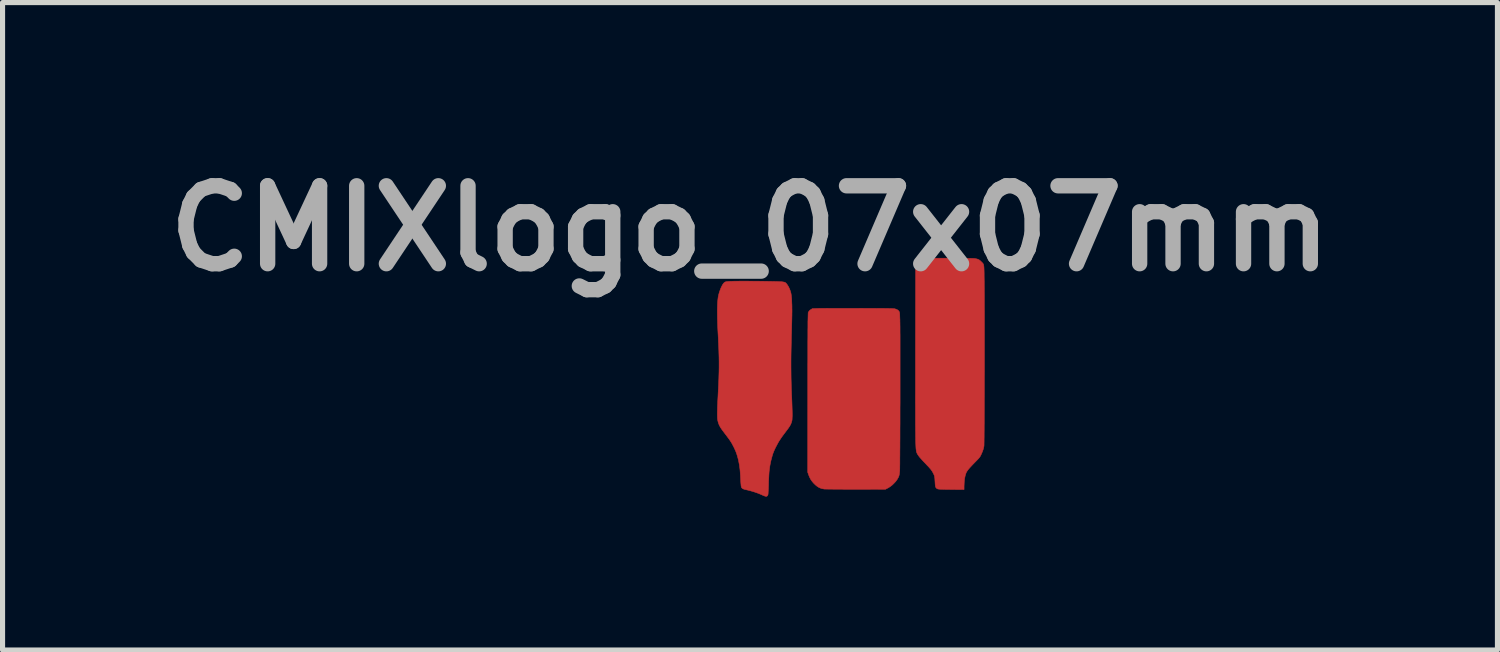
<source format=kicad_pcb>
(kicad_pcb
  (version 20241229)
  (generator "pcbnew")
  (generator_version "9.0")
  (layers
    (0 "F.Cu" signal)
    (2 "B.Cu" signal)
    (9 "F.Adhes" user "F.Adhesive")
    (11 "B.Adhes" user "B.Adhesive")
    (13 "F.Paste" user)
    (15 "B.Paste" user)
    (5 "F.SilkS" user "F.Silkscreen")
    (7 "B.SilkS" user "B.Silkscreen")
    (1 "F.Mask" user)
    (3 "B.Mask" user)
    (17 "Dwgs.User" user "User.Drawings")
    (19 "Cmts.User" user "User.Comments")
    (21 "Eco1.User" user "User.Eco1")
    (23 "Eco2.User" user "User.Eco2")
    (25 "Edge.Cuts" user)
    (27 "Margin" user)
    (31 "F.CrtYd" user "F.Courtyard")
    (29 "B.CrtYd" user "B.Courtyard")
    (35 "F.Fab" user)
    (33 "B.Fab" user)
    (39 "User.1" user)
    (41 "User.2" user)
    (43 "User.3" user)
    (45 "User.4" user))
  (footprint "CMIXlogo_07x07mm"
    (layer "F.Cu")
    (at 13.619 4.418)
    (property "Reference" "CMIXlogo_07x07mm" (at -2 -3 0) (layer "F.Fab") (effects (font (size 1.524 1.524) (thickness 0.3))))
    (attr through_hole)
    (fp_poly (pts (xy -0.127 -1.438) (xy -0.047 -1.438) (xy 0.035 -1.438) (xy 0.118 -1.438) (xy 0.134 -1.438) (xy 0.23 -1.437) (xy 0.317 -1.437) (xy 0.395 -1.437) (xy 0.464 -1.437) (xy 0.525 -1.436) (xy 0.579 -1.436) (xy 0.626 -1.436) (xy 0.667 -1.435) (xy 0.702 -1.435) (xy 0.731 -1.434) (xy 0.756 -1.434) (xy 0.776 -1.433) (xy 0.793 -1.432) (xy 0.806 -1.431) (xy 0.817 -1.431) (xy 0.825 -1.43) (xy 0.831 -1.429) (xy 0.837 -1.427) (xy 0.87 -1.416) (xy 0.896 -1.4) (xy 0.914 -1.38) (xy 0.917 -1.373) (xy 0.92 -1.367) (xy 0.922 -1.361) (xy 0.924 -1.353) (xy 0.926 -1.342) (xy 0.927 -1.327) (xy 0.928 -1.308) (xy 0.929 -1.283) (xy 0.93 -1.25) (xy 0.932 -1.21) (xy 0.932 -1.175) (xy 0.933 -1.152) (xy 0.933 -1.119) (xy 0.934 -1.078) (xy 0.934 -1.029) (xy 0.934 -0.973) (xy 0.935 -0.91) (xy 0.935 -0.841) (xy 0.935 -0.766) (xy 0.935 -0.686) (xy 0.935 -0.601) (xy 0.935 -0.511) (xy 0.935 -0.418) (xy 0.935 -0.321) (xy 0.935 -0.222) (xy 0.935 -0.12) (xy 0.935 -0.016) (xy 0.935 0.089) (xy 0.935 0.195) (xy 0.935 0.301) (xy 0.935 0.408) (xy 0.934 0.513) (xy 0.934 0.618) (xy 0.934 0.721) (xy 0.934 0.822) (xy 0.933 0.92) (xy 0.933 1.015) (xy 0.933 1.107) (xy 0.932 1.194) (xy 0.932 1.277) (xy 0.931 1.355) (xy 0.931 1.428) (xy 0.93 1.494) (xy 0.93 1.554) (xy 0.93 1.607) (xy 0.929 1.652) (xy 0.929 1.689) (xy 0.928 1.718) (xy 0.928 1.738) (xy 0.927 1.747) (xy 0.924 1.774) (xy 0.921 1.8) (xy 0.917 1.822) (xy 0.914 1.836) (xy 0.9 1.87) (xy 0.879 1.907) (xy 0.852 1.945) (xy 0.825 1.975) (xy 0.786 2.014) (xy 0.747 2.045) (xy 0.707 2.071) (xy 0.686 2.082) (xy 0.648 2.102) (xy 0.064 2.101) (xy -0.013 2.101) (xy -0.086 2.101) (xy -0.157 2.101) (xy -0.224 2.1) (xy -0.287 2.1) (xy -0.345 2.1) (xy -0.397 2.099) (xy -0.443 2.099) (xy -0.481 2.098) (xy -0.513 2.098) (xy -0.535 2.097) (xy -0.549 2.097) (xy -0.553 2.096) (xy -0.603 2.086) (xy -0.649 2.068) (xy -0.692 2.04) (xy -0.719 2.018) (xy -0.759 1.979) (xy -0.79 1.941) (xy -0.816 1.903) (xy -0.837 1.861) (xy -0.854 1.819) (xy -0.872 1.767) (xy -0.871 0.354) (xy -0.871 0.235) (xy -0.871 0.116) (xy -0.871 0.000212) (xy -0.871 -0.113) (xy -0.871 -0.224) (xy -0.871 -0.331) (xy -0.87 -0.434) (xy -0.87 -0.533) (xy -0.87 -0.627) (xy -0.87 -0.716) (xy -0.87 -0.798) (xy -0.869 -0.875) (xy -0.869 -0.945) (xy -0.869 -1.008) (xy -0.868 -1.064) (xy -0.868 -1.111) (xy -0.868 -1.151) (xy -0.868 -1.181) (xy -0.867 -1.202) (xy -0.867 -1.206) (xy -0.863 -1.354) (xy -0.849 -1.378) (xy -0.83 -1.4) (xy -0.807 -1.416) (xy -0.78 -1.432) (xy -0.658 -1.436) (xy -0.637 -1.436) (xy -0.608 -1.437) (xy -0.57 -1.437) (xy -0.525 -1.437) (xy -0.472 -1.438) (xy -0.413 -1.438) (xy -0.348 -1.438) (xy -0.278 -1.438) (xy -0.205 -1.438) (xy -0.127 -1.438)) (stroke (width 0.01) (type solid)) (fill yes) (layer "F.Cu"))
    (fp_poly (pts (xy 1.965 -2.418) (xy 2.027 -2.418) (xy 2.087 -2.418) (xy 2.145 -2.418) (xy 2.199 -2.417) (xy 2.249 -2.416) (xy 2.293 -2.416) (xy 2.331 -2.415) (xy 2.361 -2.414) (xy 2.384 -2.413) (xy 2.398 -2.411) (xy 2.398 -2.411) (xy 2.432 -2.405) (xy 2.458 -2.397) (xy 2.481 -2.386) (xy 2.502 -2.37) (xy 2.524 -2.349) (xy 2.534 -2.339) (xy 2.542 -2.331) (xy 2.55 -2.323) (xy 2.556 -2.315) (xy 2.561 -2.307) (xy 2.566 -2.297) (xy 2.569 -2.285) (xy 2.572 -2.27) (xy 2.574 -2.251) (xy 2.576 -2.228) (xy 2.577 -2.199) (xy 2.578 -2.165) (xy 2.579 -2.124) (xy 2.579 -2.075) (xy 2.58 -2.018) (xy 2.581 -1.952) (xy 2.581 -1.927) (xy 2.581 -1.88) (xy 2.582 -1.826) (xy 2.582 -1.765) (xy 2.583 -1.696) (xy 2.583 -1.622) (xy 2.583 -1.543) (xy 2.583 -1.458) (xy 2.584 -1.368) (xy 2.584 -1.274) (xy 2.584 -1.176) (xy 2.584 -1.075) (xy 2.584 -0.971) (xy 2.584 -0.864) (xy 2.584 -0.756) (xy 2.584 -0.646) (xy 2.584 -0.535) (xy 2.584 -0.423) (xy 2.584 -0.312) (xy 2.584 -0.2) (xy 2.583 -0.089) (xy 2.583 0.02) (xy 2.583 0.128) (xy 2.583 0.234) (xy 2.582 0.337) (xy 2.582 0.437) (xy 2.582 0.533) (xy 2.581 0.626) (xy 2.581 0.714) (xy 2.581 0.797) (xy 2.58 0.875) (xy 2.58 0.947) (xy 2.579 1.013) (xy 2.579 1.072) (xy 2.578 1.124) (xy 2.578 1.168) (xy 2.577 1.204) (xy 2.577 1.232) (xy 2.576 1.251) (xy 2.575 1.26) (xy 2.575 1.26) (xy 2.564 1.31) (xy 2.546 1.363) (xy 2.521 1.42) (xy 2.52 1.423) (xy 2.512 1.439) (xy 2.505 1.453) (xy 2.497 1.465) (xy 2.488 1.478) (xy 2.476 1.492) (xy 2.461 1.509) (xy 2.441 1.53) (xy 2.416 1.556) (xy 2.405 1.567) (xy 2.365 1.608) (xy 2.332 1.643) (xy 2.304 1.673) (xy 2.281 1.699) (xy 2.263 1.721) (xy 2.249 1.741) (xy 2.237 1.759) (xy 2.228 1.777) (xy 2.221 1.795) (xy 2.215 1.814) (xy 2.209 1.835) (xy 2.207 1.843) (xy 2.196 1.896) (xy 2.19 1.953) (xy 2.187 2.017) (xy 2.186 2.041) (xy 2.186 2.107) (xy 2.018 2.106) (xy 1.973 2.105) (xy 1.927 2.105) (xy 1.882 2.104) (xy 1.839 2.104) (xy 1.802 2.103) (xy 1.772 2.102) (xy 1.763 2.102) (xy 1.731 2.101) (xy 1.707 2.1) (xy 1.69 2.098) (xy 1.678 2.096) (xy 1.669 2.094) (xy 1.661 2.09) (xy 1.657 2.088) (xy 1.646 2.08) (xy 1.638 2.072) (xy 1.632 2.061) (xy 1.627 2.047) (xy 1.624 2.028) (xy 1.621 2.003) (xy 1.619 1.969) (xy 1.618 1.956) (xy 1.616 1.919) (xy 1.614 1.889) (xy 1.611 1.866) (xy 1.608 1.847) (xy 1.603 1.83) (xy 1.596 1.813) (xy 1.587 1.795) (xy 1.585 1.791) (xy 1.573 1.768) (xy 1.561 1.747) (xy 1.547 1.727) (xy 1.531 1.706) (xy 1.511 1.683) (xy 1.487 1.656) (xy 1.456 1.624) (xy 1.448 1.615) (xy 1.406 1.571) (xy 1.37 1.533) (xy 1.341 1.5) (xy 1.316 1.472) (xy 1.297 1.447) (xy 1.282 1.425) (xy 1.27 1.405) (xy 1.262 1.387) (xy 1.256 1.369) (xy 1.252 1.352) (xy 1.251 1.342) (xy 1.249 1.33) (xy 1.248 1.318) (xy 1.246 1.304) (xy 1.245 1.287) (xy 1.244 1.269) (xy 1.243 1.247) (xy 1.242 1.223) (xy 1.241 1.195) (xy 1.24 1.164) (xy 1.239 1.129) (xy 1.239 1.09) (xy 1.238 1.046) (xy 1.238 0.998) (xy 1.237 0.944) (xy 1.237 0.885) (xy 1.236 0.82) (xy 1.236 0.749) (xy 1.236 0.672) (xy 1.236 0.588) (xy 1.236 0.497) (xy 1.235 0.399) (xy 1.235 0.293) (xy 1.236 0.179) (xy 1.236 0.057) (xy 1.236 -0.073) (xy 1.236 -0.212) (xy 1.236 -0.361) (xy 1.236 -0.519) (xy 1.236 -0.631) (xy 1.239 -2.27) (xy 1.255 -2.301) (xy 1.28 -2.339) (xy 1.308 -2.369) (xy 1.342 -2.391) (xy 1.381 -2.405) (xy 1.412 -2.412) (xy 1.425 -2.413) (xy 1.447 -2.414) (xy 1.477 -2.415) (xy 1.514 -2.416) (xy 1.558 -2.417) (xy 1.607 -2.417) (xy 1.66 -2.418) (xy 1.718 -2.418) (xy 1.778 -2.418) (xy 1.839 -2.418) (xy 1.902 -2.418) (xy 1.965 -2.418)) (stroke (width 0.01) (type solid)) (fill yes) (layer "F.Cu"))
    (fp_poly (pts (xy -2.071 -1.97) (xy -2.012 -1.969) (xy -1.95 -1.969) (xy -1.887 -1.968) (xy -1.823 -1.968) (xy -1.76 -1.967) (xy -1.698 -1.966) (xy -1.639 -1.965) (xy -1.583 -1.964) (xy -1.532 -1.963) (xy -1.486 -1.962) (xy -1.446 -1.961) (xy -1.413 -1.959) (xy -1.389 -1.958) (xy -1.376 -1.957) (xy -1.353 -1.954) (xy -1.333 -1.95) (xy -1.319 -1.947) (xy -1.315 -1.945) (xy -1.299 -1.933) (xy -1.281 -1.913) (xy -1.263 -1.886) (xy -1.245 -1.856) (xy -1.229 -1.822) (xy -1.215 -1.787) (xy -1.215 -1.786) (xy -1.206 -1.76) (xy -1.199 -1.732) (xy -1.194 -1.702) (xy -1.19 -1.667) (xy -1.186 -1.628) (xy -1.184 -1.581) (xy -1.182 -1.527) (xy -1.181 -1.512) (xy -1.18 -1.486) (xy -1.18 -1.462) (xy -1.18 -1.438) (xy -1.179 -1.414) (xy -1.179 -1.389) (xy -1.179 -1.361) (xy -1.18 -1.331) (xy -1.18 -1.297) (xy -1.181 -1.258) (xy -1.182 -1.214) (xy -1.183 -1.164) (xy -1.185 -1.107) (xy -1.186 -1.043) (xy -1.188 -0.97) (xy -1.19 -0.91) (xy -1.193 -0.773) (xy -1.196 -0.644) (xy -1.198 -0.522) (xy -1.199 -0.405) (xy -1.199 -0.292) (xy -1.198 -0.182) (xy -1.197 -0.072) (xy -1.194 0.038) (xy -1.191 0.151) (xy -1.186 0.267) (xy -1.182 0.361) (xy -1.179 0.441) (xy -1.177 0.511) (xy -1.175 0.572) (xy -1.174 0.624) (xy -1.174 0.669) (xy -1.176 0.705) (xy -1.177 0.735) (xy -1.18 0.758) (xy -1.182 0.766) (xy -1.192 0.8) (xy -1.206 0.835) (xy -1.227 0.871) (xy -1.254 0.911) (xy -1.271 0.934) (xy -1.307 0.982) (xy -1.338 1.023) (xy -1.364 1.058) (xy -1.386 1.089) (xy -1.405 1.117) (xy -1.422 1.143) (xy -1.438 1.168) (xy -1.452 1.193) (xy -1.467 1.22) (xy -1.482 1.249) (xy -1.495 1.273) (xy -1.515 1.314) (xy -1.532 1.352) (xy -1.547 1.389) (xy -1.56 1.427) (xy -1.572 1.47) (xy -1.585 1.52) (xy -1.587 1.525) (xy -1.596 1.565) (xy -1.604 1.603) (xy -1.611 1.64) (xy -1.617 1.679) (xy -1.622 1.72) (xy -1.627 1.763) (xy -1.63 1.812) (xy -1.633 1.867) (xy -1.636 1.928) (xy -1.638 1.998) (xy -1.638 2.015) (xy -1.64 2.056) (xy -1.641 2.095) (xy -1.643 2.13) (xy -1.645 2.161) (xy -1.646 2.185) (xy -1.648 2.201) (xy -1.649 2.207) (xy -1.658 2.227) (xy -1.672 2.238) (xy -1.69 2.24) (xy -1.713 2.234) (xy -1.725 2.229) (xy -1.743 2.222) (xy -1.765 2.212) (xy -1.783 2.204) (xy -1.825 2.186) (xy -1.873 2.168) (xy -1.924 2.151) (xy -1.975 2.136) (xy -2.022 2.123) (xy -2.06 2.114) (xy -2.096 2.106) (xy -2.123 2.098) (xy -2.143 2.089) (xy -2.157 2.078) (xy -2.167 2.064) (xy -2.17 2.058) (xy -2.172 2.048) (xy -2.175 2.032) (xy -2.177 2.007) (xy -2.18 1.975) (xy -2.182 1.934) (xy -2.184 1.901) (xy -2.187 1.844) (xy -2.19 1.797) (xy -2.193 1.756) (xy -2.196 1.72) (xy -2.2 1.687) (xy -2.204 1.657) (xy -2.208 1.627) (xy -2.212 1.606) (xy -2.226 1.533) (xy -2.243 1.467) (xy -2.261 1.408) (xy -2.282 1.352) (xy -2.306 1.299) (xy -2.308 1.295) (xy -2.32 1.27) (xy -2.332 1.248) (xy -2.342 1.228) (xy -2.352 1.209) (xy -2.363 1.191) (xy -2.374 1.173) (xy -2.387 1.153) (xy -2.402 1.131) (xy -2.42 1.106) (xy -2.442 1.077) (xy -2.467 1.043) (xy -2.498 1.003) (xy -2.533 0.956) (xy -2.546 0.939) (xy -2.579 0.89) (xy -2.604 0.843) (xy -2.622 0.795) (xy -2.633 0.746) (xy -2.634 0.738) (xy -2.637 0.713) (xy -2.638 0.684) (xy -2.639 0.649) (xy -2.639 0.608) (xy -2.638 0.56) (xy -2.637 0.504) (xy -2.634 0.44) (xy -2.631 0.368) (xy -2.627 0.295) (xy -2.622 0.194) (xy -2.617 0.101) (xy -2.613 0.016) (xy -2.61 -0.063) (xy -2.608 -0.137) (xy -2.606 -0.207) (xy -2.605 -0.275) (xy -2.605 -0.341) (xy -2.605 -0.406) (xy -2.606 -0.473) (xy -2.608 -0.542) (xy -2.61 -0.614) (xy -2.613 -0.691) (xy -2.617 -0.773) (xy -2.621 -0.863) (xy -2.625 -0.936) (xy -2.631 -1.052) (xy -2.635 -1.159) (xy -2.638 -1.256) (xy -2.639 -1.344) (xy -2.639 -1.423) (xy -2.637 -1.494) (xy -2.634 -1.556) (xy -2.629 -1.611) (xy -2.623 -1.658) (xy -2.622 -1.664) (xy -2.613 -1.705) (xy -2.601 -1.749) (xy -2.586 -1.792) (xy -2.57 -1.834) (xy -2.552 -1.871) (xy -2.535 -1.903) (xy -2.52 -1.924) (xy -2.511 -1.934) (xy -2.503 -1.942) (xy -2.494 -1.949) (xy -2.483 -1.954) (xy -2.47 -1.958) (xy -2.452 -1.961) (xy -2.429 -1.963) (xy -2.4 -1.965) (xy -2.364 -1.966) (xy -2.32 -1.968) (xy -2.298 -1.968) (xy -2.265 -1.969) (xy -2.225 -1.969) (xy -2.179 -1.97) (xy -2.127 -1.97) (xy -2.071 -1.97)) (stroke (width 0.01) (type solid)) (fill yes) (layer "F.Cu"))
    (fp_poly (pts (xy -0.127 -1.438) (xy -0.047 -1.438) (xy 0.035 -1.438) (xy 0.118 -1.438) (xy 0.134 -1.438) (xy 0.23 -1.437) (xy 0.317 -1.437) (xy 0.395 -1.437) (xy 0.464 -1.437) (xy 0.525 -1.436) (xy 0.579 -1.436) (xy 0.626 -1.436) (xy 0.667 -1.435) (xy 0.702 -1.435) (xy 0.731 -1.434) (xy 0.756 -1.434) (xy 0.776 -1.433) (xy 0.793 -1.432) (xy 0.806 -1.431) (xy 0.817 -1.431) (xy 0.825 -1.43) (xy 0.831 -1.429) (xy 0.837 -1.427) (xy 0.87 -1.416) (xy 0.896 -1.4) (xy 0.914 -1.38) (xy 0.917 -1.373) (xy 0.92 -1.367) (xy 0.922 -1.361) (xy 0.924 -1.353) (xy 0.926 -1.342) (xy 0.927 -1.327) (xy 0.928 -1.308) (xy 0.929 -1.283) (xy 0.93 -1.25) (xy 0.932 -1.21) (xy 0.932 -1.175) (xy 0.933 -1.152) (xy 0.933 -1.119) (xy 0.934 -1.078) (xy 0.934 -1.029) (xy 0.934 -0.973) (xy 0.935 -0.91) (xy 0.935 -0.841) (xy 0.935 -0.766) (xy 0.935 -0.686) (xy 0.935 -0.601) (xy 0.935 -0.511) (xy 0.935 -0.418) (xy 0.935 -0.321) (xy 0.935 -0.222) (xy 0.935 -0.12) (xy 0.935 -0.016) (xy 0.935 0.089) (xy 0.935 0.195) (xy 0.935 0.301) (xy 0.935 0.408) (xy 0.934 0.513) (xy 0.934 0.618) (xy 0.934 0.721) (xy 0.934 0.822) (xy 0.933 0.92) (xy 0.933 1.015) (xy 0.933 1.107) (xy 0.932 1.194) (xy 0.932 1.277) (xy 0.931 1.355) (xy 0.931 1.428) (xy 0.93 1.494) (xy 0.93 1.554) (xy 0.93 1.607) (xy 0.929 1.652) (xy 0.929 1.689) (xy 0.928 1.718) (xy 0.928 1.738) (xy 0.927 1.747) (xy 0.924 1.774) (xy 0.921 1.8) (xy 0.917 1.822) (xy 0.914 1.836) (xy 0.9 1.87) (xy 0.879 1.907) (xy 0.852 1.945) (xy 0.825 1.975) (xy 0.786 2.014) (xy 0.747 2.045) (xy 0.707 2.071) (xy 0.686 2.082) (xy 0.648 2.102) (xy 0.064 2.101) (xy -0.013 2.101) (xy -0.086 2.101) (xy -0.157 2.101) (xy -0.224 2.1) (xy -0.287 2.1) (xy -0.345 2.1) (xy -0.397 2.099) (xy -0.443 2.099) (xy -0.481 2.098) (xy -0.513 2.098) (xy -0.535 2.097) (xy -0.549 2.097) (xy -0.553 2.096) (xy -0.603 2.086) (xy -0.649 2.068) (xy -0.692 2.04) (xy -0.719 2.018) (xy -0.759 1.979) (xy -0.79 1.941) (xy -0.816 1.903) (xy -0.837 1.861) (xy -0.854 1.819) (xy -0.872 1.767) (xy -0.871 0.354) (xy -0.871 0.235) (xy -0.871 0.116) (xy -0.871 0.000212) (xy -0.871 -0.113) (xy -0.871 -0.224) (xy -0.871 -0.331) (xy -0.87 -0.434) (xy -0.87 -0.533) (xy -0.87 -0.627) (xy -0.87 -0.716) (xy -0.87 -0.798) (xy -0.869 -0.875) (xy -0.869 -0.945) (xy -0.869 -1.008) (xy -0.868 -1.064) (xy -0.868 -1.111) (xy -0.868 -1.151) (xy -0.868 -1.181) (xy -0.867 -1.202) (xy -0.867 -1.206) (xy -0.863 -1.354) (xy -0.849 -1.378) (xy -0.83 -1.4) (xy -0.807 -1.416) (xy -0.78 -1.432) (xy -0.658 -1.436) (xy -0.637 -1.436) (xy -0.608 -1.437) (xy -0.57 -1.437) (xy -0.525 -1.437) (xy -0.472 -1.438) (xy -0.413 -1.438) (xy -0.348 -1.438) (xy -0.278 -1.438) (xy -0.205 -1.438) (xy -0.127 -1.438)) (stroke (width 0.01) (type solid)) (fill yes) (layer "F.Mask"))
    (fp_poly (pts (xy 1.965 -2.418) (xy 2.027 -2.418) (xy 2.087 -2.418) (xy 2.145 -2.418) (xy 2.199 -2.417) (xy 2.249 -2.416) (xy 2.293 -2.416) (xy 2.331 -2.415) (xy 2.361 -2.414) (xy 2.384 -2.413) (xy 2.398 -2.411) (xy 2.398 -2.411) (xy 2.432 -2.405) (xy 2.458 -2.397) (xy 2.481 -2.386) (xy 2.502 -2.37) (xy 2.524 -2.349) (xy 2.534 -2.339) (xy 2.542 -2.331) (xy 2.55 -2.323) (xy 2.556 -2.315) (xy 2.561 -2.307) (xy 2.566 -2.297) (xy 2.569 -2.285) (xy 2.572 -2.27) (xy 2.574 -2.251) (xy 2.576 -2.228) (xy 2.577 -2.199) (xy 2.578 -2.165) (xy 2.579 -2.124) (xy 2.579 -2.075) (xy 2.58 -2.018) (xy 2.581 -1.952) (xy 2.581 -1.927) (xy 2.581 -1.88) (xy 2.582 -1.826) (xy 2.582 -1.765) (xy 2.583 -1.696) (xy 2.583 -1.622) (xy 2.583 -1.543) (xy 2.583 -1.458) (xy 2.584 -1.368) (xy 2.584 -1.274) (xy 2.584 -1.176) (xy 2.584 -1.075) (xy 2.584 -0.971) (xy 2.584 -0.864) (xy 2.584 -0.756) (xy 2.584 -0.646) (xy 2.584 -0.535) (xy 2.584 -0.423) (xy 2.584 -0.312) (xy 2.584 -0.2) (xy 2.583 -0.089) (xy 2.583 0.02) (xy 2.583 0.128) (xy 2.583 0.234) (xy 2.582 0.337) (xy 2.582 0.437) (xy 2.582 0.533) (xy 2.581 0.626) (xy 2.581 0.714) (xy 2.581 0.797) (xy 2.58 0.875) (xy 2.58 0.947) (xy 2.579 1.013) (xy 2.579 1.072) (xy 2.578 1.124) (xy 2.578 1.168) (xy 2.577 1.204) (xy 2.577 1.232) (xy 2.576 1.251) (xy 2.575 1.26) (xy 2.575 1.26) (xy 2.564 1.31) (xy 2.546 1.363) (xy 2.521 1.42) (xy 2.52 1.423) (xy 2.512 1.439) (xy 2.505 1.453) (xy 2.497 1.465) (xy 2.488 1.478) (xy 2.476 1.492) (xy 2.461 1.509) (xy 2.441 1.53) (xy 2.416 1.556) (xy 2.405 1.567) (xy 2.365 1.608) (xy 2.332 1.643) (xy 2.304 1.673) (xy 2.281 1.699) (xy 2.263 1.721) (xy 2.249 1.741) (xy 2.237 1.759) (xy 2.228 1.777) (xy 2.221 1.795) (xy 2.215 1.814) (xy 2.209 1.835) (xy 2.207 1.843) (xy 2.196 1.896) (xy 2.19 1.953) (xy 2.187 2.017) (xy 2.186 2.041) (xy 2.186 2.107) (xy 2.018 2.106) (xy 1.973 2.105) (xy 1.927 2.105) (xy 1.882 2.104) (xy 1.839 2.104) (xy 1.802 2.103) (xy 1.772 2.102) (xy 1.763 2.102) (xy 1.731 2.101) (xy 1.707 2.1) (xy 1.69 2.098) (xy 1.678 2.096) (xy 1.669 2.094) (xy 1.661 2.09) (xy 1.657 2.088) (xy 1.646 2.08) (xy 1.638 2.072) (xy 1.632 2.061) (xy 1.627 2.047) (xy 1.624 2.028) (xy 1.621 2.003) (xy 1.619 1.969) (xy 1.618 1.956) (xy 1.616 1.919) (xy 1.614 1.889) (xy 1.611 1.866) (xy 1.608 1.847) (xy 1.603 1.83) (xy 1.596 1.813) (xy 1.587 1.795) (xy 1.585 1.791) (xy 1.573 1.768) (xy 1.561 1.747) (xy 1.547 1.727) (xy 1.531 1.706) (xy 1.511 1.683) (xy 1.487 1.656) (xy 1.456 1.624) (xy 1.448 1.615) (xy 1.406 1.571) (xy 1.37 1.533) (xy 1.341 1.5) (xy 1.316 1.472) (xy 1.297 1.447) (xy 1.282 1.425) (xy 1.27 1.405) (xy 1.262 1.387) (xy 1.256 1.369) (xy 1.252 1.352) (xy 1.251 1.342) (xy 1.249 1.33) (xy 1.248 1.318) (xy 1.246 1.304) (xy 1.245 1.287) (xy 1.244 1.269) (xy 1.243 1.247) (xy 1.242 1.223) (xy 1.241 1.195) (xy 1.24 1.164) (xy 1.239 1.129) (xy 1.239 1.09) (xy 1.238 1.046) (xy 1.238 0.998) (xy 1.237 0.944) (xy 1.237 0.885) (xy 1.236 0.82) (xy 1.236 0.749) (xy 1.236 0.672) (xy 1.236 0.588) (xy 1.236 0.497) (xy 1.235 0.399) (xy 1.235 0.293) (xy 1.236 0.179) (xy 1.236 0.057) (xy 1.236 -0.073) (xy 1.236 -0.212) (xy 1.236 -0.361) (xy 1.236 -0.519) (xy 1.236 -0.631) (xy 1.239 -2.27) (xy 1.255 -2.301) (xy 1.28 -2.339) (xy 1.308 -2.369) (xy 1.342 -2.391) (xy 1.381 -2.405) (xy 1.412 -2.412) (xy 1.425 -2.413) (xy 1.447 -2.414) (xy 1.477 -2.415) (xy 1.514 -2.416) (xy 1.558 -2.417) (xy 1.607 -2.417) (xy 1.66 -2.418) (xy 1.718 -2.418) (xy 1.778 -2.418) (xy 1.839 -2.418) (xy 1.902 -2.418) (xy 1.965 -2.418)) (stroke (width 0.01) (type solid)) (fill yes) (layer "F.Mask"))
    (fp_poly (pts (xy -2.071 -1.97) (xy -2.012 -1.969) (xy -1.95 -1.969) (xy -1.887 -1.968) (xy -1.823 -1.968) (xy -1.76 -1.967) (xy -1.698 -1.966) (xy -1.639 -1.965) (xy -1.583 -1.964) (xy -1.532 -1.963) (xy -1.486 -1.962) (xy -1.446 -1.961) (xy -1.413 -1.959) (xy -1.389 -1.958) (xy -1.376 -1.957) (xy -1.353 -1.954) (xy -1.333 -1.95) (xy -1.319 -1.947) (xy -1.315 -1.945) (xy -1.299 -1.933) (xy -1.281 -1.913) (xy -1.263 -1.886) (xy -1.245 -1.856) (xy -1.229 -1.822) (xy -1.215 -1.787) (xy -1.215 -1.786) (xy -1.206 -1.76) (xy -1.199 -1.732) (xy -1.194 -1.702) (xy -1.19 -1.667) (xy -1.186 -1.628) (xy -1.184 -1.581) (xy -1.182 -1.527) (xy -1.181 -1.512) (xy -1.18 -1.486) (xy -1.18 -1.462) (xy -1.18 -1.438) (xy -1.179 -1.414) (xy -1.179 -1.389) (xy -1.179 -1.361) (xy -1.18 -1.331) (xy -1.18 -1.297) (xy -1.181 -1.258) (xy -1.182 -1.214) (xy -1.183 -1.164) (xy -1.185 -1.107) (xy -1.186 -1.043) (xy -1.188 -0.97) (xy -1.19 -0.91) (xy -1.193 -0.773) (xy -1.196 -0.644) (xy -1.198 -0.522) (xy -1.199 -0.405) (xy -1.199 -0.292) (xy -1.198 -0.182) (xy -1.197 -0.072) (xy -1.194 0.038) (xy -1.191 0.151) (xy -1.186 0.267) (xy -1.182 0.361) (xy -1.179 0.441) (xy -1.177 0.511) (xy -1.175 0.572) (xy -1.174 0.624) (xy -1.174 0.669) (xy -1.176 0.705) (xy -1.177 0.735) (xy -1.18 0.758) (xy -1.182 0.766) (xy -1.192 0.8) (xy -1.206 0.835) (xy -1.227 0.871) (xy -1.254 0.911) (xy -1.271 0.934) (xy -1.307 0.982) (xy -1.338 1.023) (xy -1.364 1.058) (xy -1.386 1.089) (xy -1.405 1.117) (xy -1.422 1.143) (xy -1.438 1.168) (xy -1.452 1.193) (xy -1.467 1.22) (xy -1.482 1.249) (xy -1.495 1.273) (xy -1.515 1.314) (xy -1.532 1.352) (xy -1.547 1.389) (xy -1.56 1.427) (xy -1.572 1.47) (xy -1.585 1.52) (xy -1.587 1.525) (xy -1.596 1.565) (xy -1.604 1.603) (xy -1.611 1.64) (xy -1.617 1.679) (xy -1.622 1.72) (xy -1.627 1.763) (xy -1.63 1.812) (xy -1.633 1.867) (xy -1.636 1.928) (xy -1.638 1.998) (xy -1.638 2.015) (xy -1.64 2.056) (xy -1.641 2.095) (xy -1.643 2.13) (xy -1.645 2.161) (xy -1.646 2.185) (xy -1.648 2.201) (xy -1.649 2.207) (xy -1.658 2.227) (xy -1.672 2.238) (xy -1.69 2.24) (xy -1.713 2.234) (xy -1.725 2.229) (xy -1.743 2.222) (xy -1.765 2.212) (xy -1.783 2.204) (xy -1.825 2.186) (xy -1.873 2.168) (xy -1.924 2.151) (xy -1.975 2.136) (xy -2.022 2.123) (xy -2.06 2.114) (xy -2.096 2.106) (xy -2.123 2.098) (xy -2.143 2.089) (xy -2.157 2.078) (xy -2.167 2.064) (xy -2.17 2.058) (xy -2.172 2.048) (xy -2.175 2.032) (xy -2.177 2.007) (xy -2.18 1.975) (xy -2.182 1.934) (xy -2.184 1.901) (xy -2.187 1.844) (xy -2.19 1.797) (xy -2.193 1.756) (xy -2.196 1.72) (xy -2.2 1.687) (xy -2.204 1.657) (xy -2.208 1.627) (xy -2.212 1.606) (xy -2.226 1.533) (xy -2.243 1.467) (xy -2.261 1.408) (xy -2.282 1.352) (xy -2.306 1.299) (xy -2.308 1.295) (xy -2.32 1.27) (xy -2.332 1.248) (xy -2.342 1.228) (xy -2.352 1.209) (xy -2.363 1.191) (xy -2.374 1.173) (xy -2.387 1.153) (xy -2.402 1.131) (xy -2.42 1.106) (xy -2.442 1.077) (xy -2.467 1.043) (xy -2.498 1.003) (xy -2.533 0.956) (xy -2.546 0.939) (xy -2.579 0.89) (xy -2.604 0.843) (xy -2.622 0.795) (xy -2.633 0.746) (xy -2.634 0.738) (xy -2.637 0.713) (xy -2.638 0.684) (xy -2.639 0.649) (xy -2.639 0.608) (xy -2.638 0.56) (xy -2.637 0.504) (xy -2.634 0.44) (xy -2.631 0.368) (xy -2.627 0.295) (xy -2.622 0.194) (xy -2.617 0.101) (xy -2.613 0.016) (xy -2.61 -0.063) (xy -2.608 -0.137) (xy -2.606 -0.207) (xy -2.605 -0.275) (xy -2.605 -0.341) (xy -2.605 -0.406) (xy -2.606 -0.473) (xy -2.608 -0.542) (xy -2.61 -0.614) (xy -2.613 -0.691) (xy -2.617 -0.773) (xy -2.621 -0.863) (xy -2.625 -0.936) (xy -2.631 -1.052) (xy -2.635 -1.159) (xy -2.638 -1.256) (xy -2.639 -1.344) (xy -2.639 -1.423) (xy -2.637 -1.494) (xy -2.634 -1.556) (xy -2.629 -1.611) (xy -2.623 -1.658) (xy -2.622 -1.664) (xy -2.613 -1.705) (xy -2.601 -1.749) (xy -2.586 -1.792) (xy -2.57 -1.834) (xy -2.552 -1.871) (xy -2.535 -1.903) (xy -2.52 -1.924) (xy -2.511 -1.934) (xy -2.503 -1.942) (xy -2.494 -1.949) (xy -2.483 -1.954) (xy -2.47 -1.958) (xy -2.452 -1.961) (xy -2.429 -1.963) (xy -2.4 -1.965) (xy -2.364 -1.966) (xy -2.32 -1.968) (xy -2.298 -1.968) (xy -2.265 -1.969) (xy -2.225 -1.969) (xy -2.179 -1.97) (xy -2.127 -1.97) (xy -2.071 -1.97)) (stroke (width 0.01) (type solid)) (fill yes) (layer "F.Mask")))
  (gr_rect
    (start -3 -3)
    (end 26.237 9.663)
    (stroke (width 0.1) (type default))
    (fill no)
    (layer "Edge.Cuts")))
</source>
